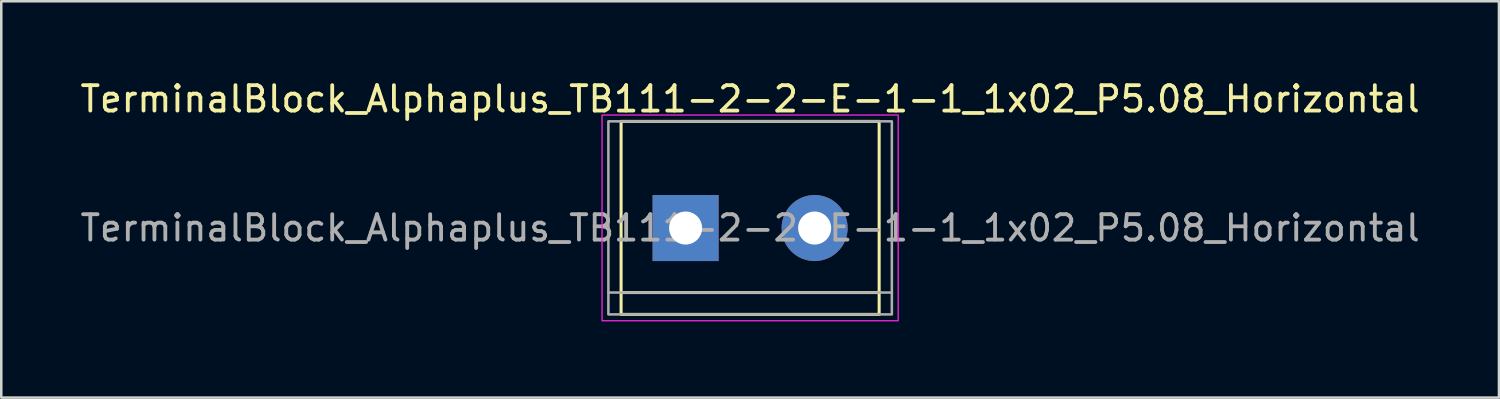
<source format=kicad_pcb>
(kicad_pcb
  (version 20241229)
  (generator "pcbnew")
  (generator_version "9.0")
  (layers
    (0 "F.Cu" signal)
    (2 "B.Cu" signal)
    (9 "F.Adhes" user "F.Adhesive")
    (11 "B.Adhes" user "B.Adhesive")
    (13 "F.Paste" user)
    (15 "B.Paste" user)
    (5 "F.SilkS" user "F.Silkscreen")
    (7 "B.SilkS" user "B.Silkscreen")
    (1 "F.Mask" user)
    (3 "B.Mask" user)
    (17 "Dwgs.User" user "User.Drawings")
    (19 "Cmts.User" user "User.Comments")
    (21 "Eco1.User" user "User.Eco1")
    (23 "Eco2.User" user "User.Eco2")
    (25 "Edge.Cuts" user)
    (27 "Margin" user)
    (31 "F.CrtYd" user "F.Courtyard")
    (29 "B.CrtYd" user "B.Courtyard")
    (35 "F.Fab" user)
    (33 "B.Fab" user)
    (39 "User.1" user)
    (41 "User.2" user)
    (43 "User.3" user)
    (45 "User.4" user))
  (footprint "TerminalBlock_Alphaplus_TB111-2-2-E-1-1_1x02_P5.08_Horizontal"
    (layer "F.Cu")
    (at 23.942 5.928)
    (property "Reference" "TerminalBlock_Alphaplus_TB111-2-2-E-1-1_1x02_P5.08_Horizontal" (at 2.54 -5.08 0) (unlocked yes) (layer "F.SilkS") (effects (font (size 1 1) (thickness 0.15))))
    (attr smd)
    (fp_line (start 7.62 2.54) (end -2.54 2.54) (stroke (width 0.12) (type solid)) (layer "F.SilkS"))
    (fp_rect (start -2.54 -4.2) (end 7.62 3.4) (stroke (width 0.12) (type default)) (fill no) (layer "F.SilkS"))
    (fp_rect (start -3.29 -4.45) (end 8.37 3.65) (stroke (width 0.05) (type default)) (fill no) (layer "F.CrtYd"))
    (fp_line (start -3.04 2.54) (end 8.12 2.54) (stroke (width 0.1) (type solid)) (layer "F.Fab"))
    (fp_rect (start -3.04 -4.2) (end 8.12 3.4) (stroke (width 0.1) (type default)) (fill no) (layer "F.Fab"))
    (fp_text user "${REFERENCE}" (at 2.54 0 0) (unlocked yes) (layer "F.Fab") (effects (font (size 1 1) (thickness 0.15))))
    (pad "1" thru_hole rect (at 0 0) (size 2.6 2.6) (drill 1.3) (layers "*.Cu" "*.Mask"))
    (pad "2" thru_hole circle (at 5.08 0) (size 2.6 2.6) (drill 1.3) (layers "*.Cu" "*.Mask")))
  (gr_rect
    (start -3 -3)
    (end 55.964 12.603)
    (stroke (width 0.1) (type default))
    (fill no)
    (layer "Edge.Cuts")))
</source>
